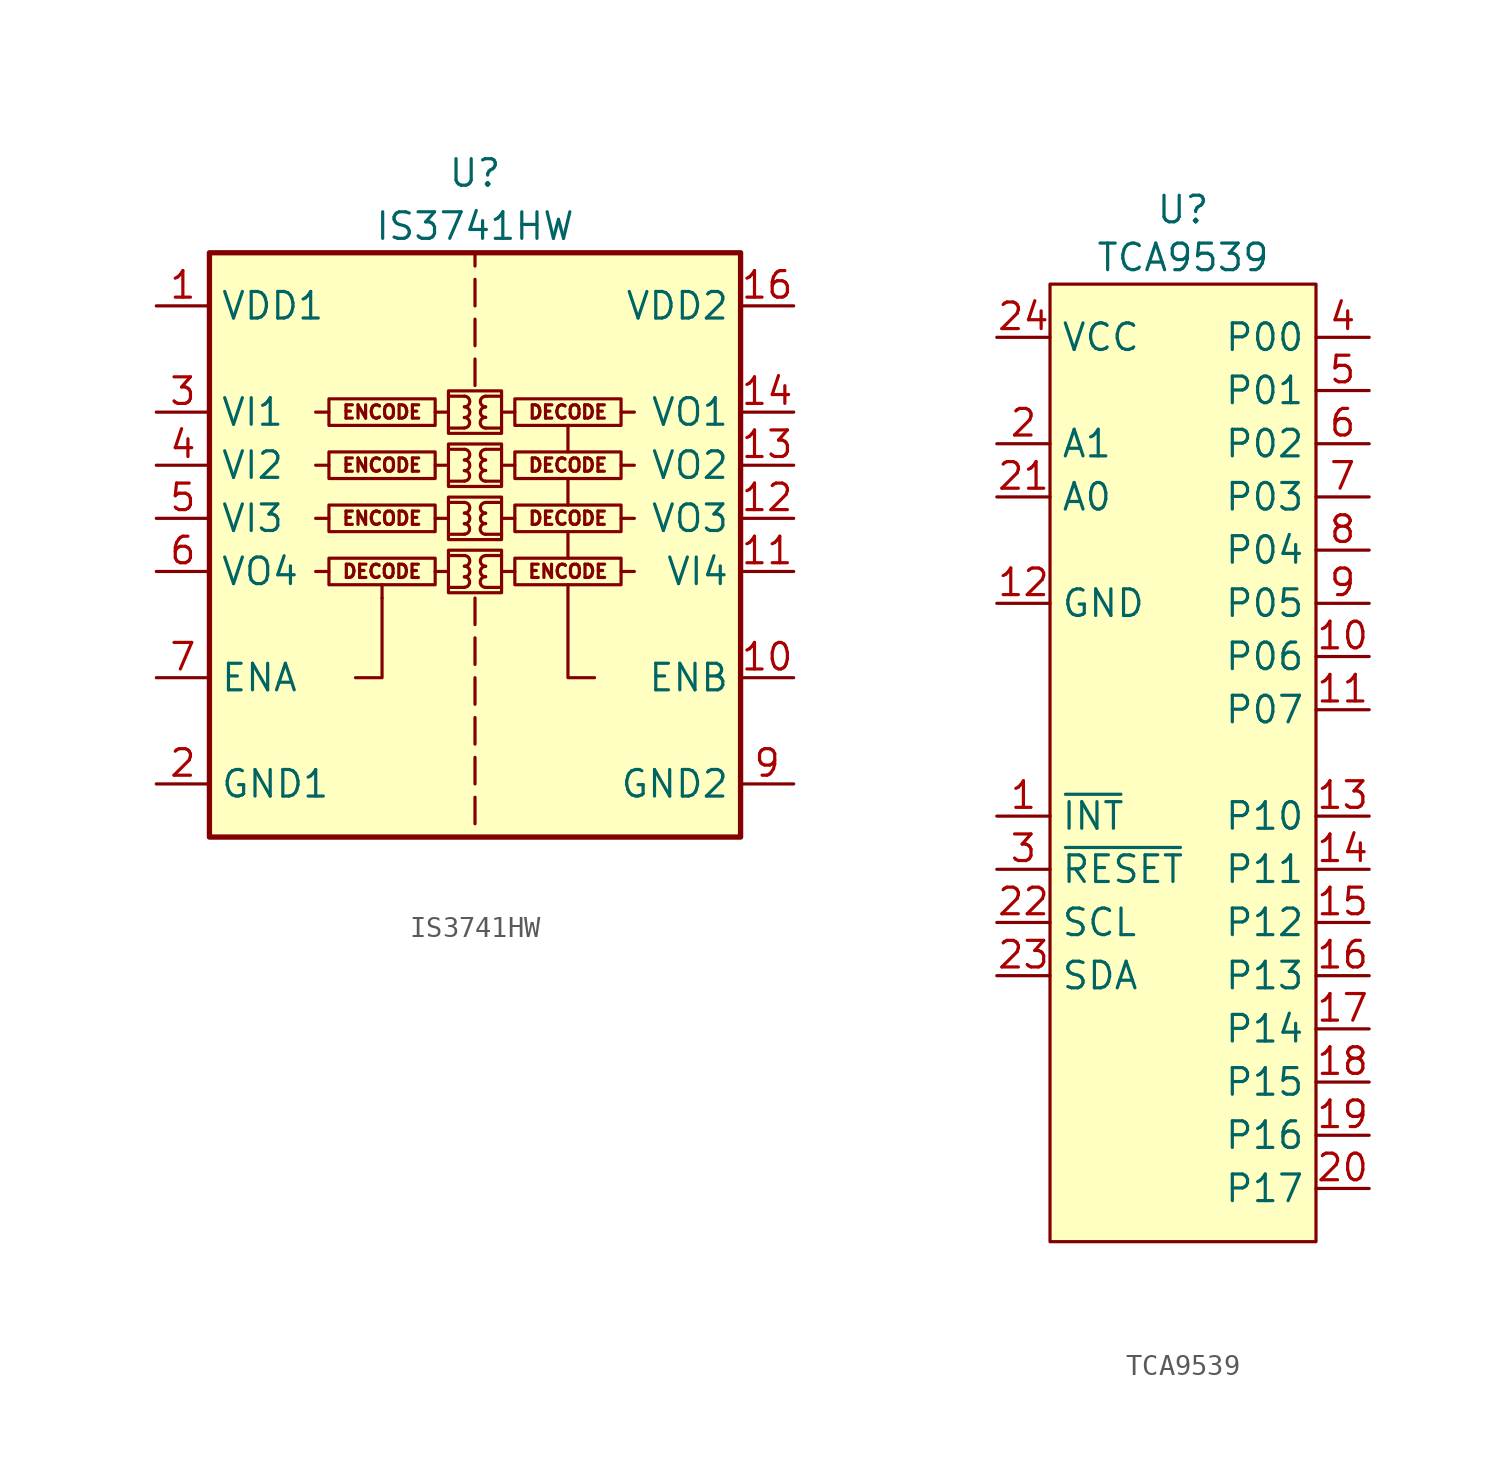
<source format=kicad_sym>
(kicad_symbol_lib
  (version 20231120)
  (generator "kicad_symbol_editor")
  (generator_version "8.0")
  (symbol "IS3741HW"
    (property "Reference" "U"
      (at 0 11.43 0)
      (effects (font (size 1.27 1.27))))
    (property "Value" "IS3741HW"
      (at 0 8.89 0)
      (effects (font (size 1.27 1.27))))
    (symbol "IS3741HW_0_0"
      (rectangle (start -1.905 -6.985) (end -6.985 -8.255) (stroke (width 0) (type default)) (fill (type none)))
      (rectangle (start -1.27 -6.604) (end 1.27 -8.636) (stroke (width 0) (type default)) (fill (type none)))
      (rectangle (start -1.27 -4.064) (end 1.27 -6.096) (stroke (width 0) (type default)) (fill (type none)))
      (rectangle (start -1.27 -1.524) (end 1.27 -3.556) (stroke (width 0) (type default)) (fill (type none)))
      (rectangle (start -1.27 1.016) (end 1.27 -1.016) (stroke (width 0) (type default)) (fill (type none)))
      (arc (start -0.508 -8.382) (mid -0.2551 -8.128) (end -0.508 -7.874) (stroke (width 0) (type default)) (fill (type none)))
      (arc (start -0.508 -7.874) (mid -0.2551 -7.62) (end -0.508 -7.366) (stroke (width 0) (type default)) (fill (type none)))
      (arc (start -0.508 -7.366) (mid -0.2551 -7.112) (end -0.508 -6.858) (stroke (width 0) (type default)) (fill (type none)))
      (arc (start -0.508 -5.842) (mid -0.2551 -5.588) (end -0.508 -5.334) (stroke (width 0) (type default)) (fill (type none)))
      (arc (start -0.508 -5.334) (mid -0.2551 -5.08) (end -0.508 -4.826) (stroke (width 0) (type default)) (fill (type none)))
      (arc (start -0.508 -4.826) (mid -0.2551 -4.572) (end -0.508 -4.318) (stroke (width 0) (type default)) (fill (type none)))
      (arc (start -0.508 -3.302) (mid -0.2551 -3.048) (end -0.508 -2.794) (stroke (width 0) (type default)) (fill (type none)))
      (arc (start -0.508 -2.794) (mid -0.2551 -2.54) (end -0.508 -2.286) (stroke (width 0) (type default)) (fill (type none)))
      (arc (start -0.508 -2.286) (mid -0.2551 -2.032) (end -0.508 -1.778) (stroke (width 0) (type default)) (fill (type none)))
      (arc (start -0.508 -0.762) (mid -0.2551 -0.508) (end -0.508 -0.254) (stroke (width 0) (type default)) (fill (type none)))
      (arc (start -0.508 -0.254) (mid -0.2551 0) (end -0.508 0.254) (stroke (width 0) (type default)) (fill (type none)))
      (arc (start -0.508 0.254) (mid -0.2551 0.508) (end -0.508 0.762) (stroke (width 0) (type default)) (fill (type none)))
      (polyline (pts (xy -6.985 -7.62) (xy -7.62 -7.62)) (stroke (width 0) (type default)) (fill (type none)))
      (polyline (pts (xy -6.985 -5.08) (xy -7.62 -5.08)) (stroke (width 0) (type default)) (fill (type none)))
      (polyline (pts (xy -6.985 -2.54) (xy -7.62 -2.54)) (stroke (width 0) (type default)) (fill (type none)))
      (polyline (pts (xy -6.985 0) (xy -7.62 0)) (stroke (width 0) (type default)) (fill (type none)))
      (polyline (pts (xy -4.445 -8.89) (xy -4.445 -8.255)) (stroke (width 0) (type default)) (fill (type none)))
      (polyline (pts (xy -1.905 -7.62) (xy -1.27 -7.62)) (stroke (width 0) (type default)) (fill (type none)))
      (polyline (pts (xy -1.905 -5.08) (xy -1.27 -5.08)) (stroke (width 0) (type default)) (fill (type none)))
      (polyline (pts (xy -1.905 -2.54) (xy -1.27 -2.54)) (stroke (width 0) (type default)) (fill (type none)))
      (polyline (pts (xy -1.905 0) (xy -1.27 0)) (stroke (width 0) (type default)) (fill (type none)))
      (polyline (pts (xy -1.27 -8.382) (xy -0.508 -8.382)) (stroke (width 0) (type default)) (fill (type none)))
      (polyline (pts (xy -1.27 -6.858) (xy -0.508 -6.858)) (stroke (width 0) (type default)) (fill (type none)))
      (polyline (pts (xy -1.27 -5.842) (xy -0.508 -5.842)) (stroke (width 0) (type default)) (fill (type none)))
      (polyline (pts (xy -1.27 -4.318) (xy -0.508 -4.318)) (stroke (width 0) (type default)) (fill (type none)))
      (polyline (pts (xy -1.27 -3.302) (xy -0.508 -3.302)) (stroke (width 0) (type default)) (fill (type none)))
      (polyline (pts (xy -1.27 -1.778) (xy -0.508 -1.778)) (stroke (width 0) (type default)) (fill (type none)))
      (polyline (pts (xy -1.27 -0.762) (xy -0.508 -0.762)) (stroke (width 0) (type default)) (fill (type none)))
      (polyline (pts (xy -1.27 0.762) (xy -0.508 0.762)) (stroke (width 0) (type default)) (fill (type none)))
      (polyline (pts (xy 0 -18.415) (xy 0 -19.685)) (stroke (width 0) (type default)) (fill (type none)))
      (polyline (pts (xy 0 -16.51) (xy 0 -17.78)) (stroke (width 0) (type default)) (fill (type none)))
      (polyline (pts (xy 0 -14.605) (xy 0 -15.875)) (stroke (width 0) (type default)) (fill (type none)))
      (polyline (pts (xy 0 -12.7) (xy 0 -13.97)) (stroke (width 0) (type default)) (fill (type none)))
      (polyline (pts (xy 0 -10.795) (xy 0 -12.065)) (stroke (width 0) (type default)) (fill (type none)))
      (polyline (pts (xy 0 -8.89) (xy 0 -10.16)) (stroke (width 0) (type default)) (fill (type none)))
      (polyline (pts (xy 0 1.27) (xy 0 2.54)) (stroke (width 0) (type default)) (fill (type none)))
      (polyline (pts (xy 0 3.175) (xy 0 4.445)) (stroke (width 0) (type default)) (fill (type none)))
      (polyline (pts (xy 0 5.08) (xy 0 6.35)) (stroke (width 0) (type default)) (fill (type none)))
      (polyline (pts (xy 0 7.62) (xy 0 6.985)) (stroke (width 0) (type default)) (fill (type none)))
      (polyline (pts (xy 1.27 -8.382) (xy 0.508 -8.382)) (stroke (width 0) (type default)) (fill (type none)))
      (polyline (pts (xy 1.27 -6.858) (xy 0.508 -6.858)) (stroke (width 0) (type default)) (fill (type none)))
      (polyline (pts (xy 1.27 -5.842) (xy 0.508 -5.842)) (stroke (width 0) (type default)) (fill (type none)))
      (polyline (pts (xy 1.27 -4.318) (xy 0.508 -4.318)) (stroke (width 0) (type default)) (fill (type none)))
      (polyline (pts (xy 1.27 -3.302) (xy 0.508 -3.302)) (stroke (width 0) (type default)) (fill (type none)))
      (polyline (pts (xy 1.27 -1.778) (xy 0.508 -1.778)) (stroke (width 0) (type default)) (fill (type none)))
      (polyline (pts (xy 1.27 -0.762) (xy 0.508 -0.762)) (stroke (width 0) (type default)) (fill (type none)))
      (polyline (pts (xy 1.27 0.762) (xy 0.508 0.762)) (stroke (width 0) (type default)) (fill (type none)))
      (polyline (pts (xy 1.905 -7.62) (xy 1.27 -7.62)) (stroke (width 0) (type default)) (fill (type none)))
      (polyline (pts (xy 1.905 -5.08) (xy 1.27 -5.08)) (stroke (width 0) (type default)) (fill (type none)))
      (polyline (pts (xy 1.905 -2.54) (xy 1.27 -2.54)) (stroke (width 0) (type default)) (fill (type none)))
      (polyline (pts (xy 1.905 0) (xy 1.27 0)) (stroke (width 0) (type default)) (fill (type none)))
      (polyline (pts (xy 4.445 -6.985) (xy 4.445 -5.715)) (stroke (width 0) (type default)) (fill (type none)))
      (polyline (pts (xy 4.445 -4.445) (xy 4.445 -3.175)) (stroke (width 0) (type default)) (fill (type none)))
      (polyline (pts (xy 4.445 -1.905) (xy 4.445 -0.635)) (stroke (width 0) (type default)) (fill (type none)))
      (polyline (pts (xy 6.985 -7.62) (xy 7.62 -7.62)) (stroke (width 0) (type default)) (fill (type none)))
      (polyline (pts (xy 6.985 -5.08) (xy 7.62 -5.08)) (stroke (width 0) (type default)) (fill (type none)))
      (polyline (pts (xy 6.985 -2.54) (xy 7.62 -2.54)) (stroke (width 0) (type default)) (fill (type none)))
      (polyline (pts (xy 6.985 0) (xy 7.62 0)) (stroke (width 0) (type default)) (fill (type none)))
      (polyline (pts (xy -4.445 -8.89) (xy -4.445 -12.7) (xy -5.715 -12.7)) (stroke (width 0) (type default)) (fill (type none)))
      (polyline (pts (xy 5.715 -12.7) (xy 4.445 -12.7) (xy 4.445 -8.255)) (stroke (width 0) (type default)) (fill (type none)))
      (arc (start 0.508 -7.874) (mid 0.255 -8.128) (end 0.508 -8.382) (stroke (width 0) (type default)) (fill (type none)))
      (arc (start 0.508 -7.366) (mid 0.255 -7.62) (end 0.508 -7.874) (stroke (width 0) (type default)) (fill (type none)))
      (arc (start 0.508 -6.858) (mid 0.255 -7.112) (end 0.508 -7.366) (stroke (width 0) (type default)) (fill (type none)))
      (arc (start 0.508 -5.334) (mid 0.255 -5.588) (end 0.508 -5.842) (stroke (width 0) (type default)) (fill (type none)))
      (arc (start 0.508 -4.826) (mid 0.255 -5.08) (end 0.508 -5.334) (stroke (width 0) (type default)) (fill (type none)))
      (arc (start 0.508 -4.318) (mid 0.255 -4.572) (end 0.508 -4.826) (stroke (width 0) (type default)) (fill (type none)))
      (arc (start 0.508 -2.794) (mid 0.255 -3.048) (end 0.508 -3.302) (stroke (width 0) (type default)) (fill (type none)))
      (arc (start 0.508 -2.286) (mid 0.255 -2.54) (end 0.508 -2.794) (stroke (width 0) (type default)) (fill (type none)))
      (arc (start 0.508 -1.778) (mid 0.255 -2.032) (end 0.508 -2.286) (stroke (width 0) (type default)) (fill (type none)))
      (arc (start 0.508 -0.254) (mid 0.255 -0.508) (end 0.508 -0.762) (stroke (width 0) (type default)) (fill (type none)))
      (arc (start 0.508 0.254) (mid 0.255 0) (end 0.508 -0.254) (stroke (width 0) (type default)) (fill (type none)))
      (arc (start 0.508 0.762) (mid 0.255 0.508) (end 0.508 0.254) (stroke (width 0) (type default)) (fill (type none)))
      (rectangle (start 1.905 -6.985) (end 6.985 -8.255) (stroke (width 0) (type default)) (fill (type none)))
      (rectangle (start 1.905 -4.445) (end 6.985 -5.715) (stroke (width 0) (type default)) (fill (type none)))
      (rectangle (start 1.905 -1.905) (end 6.985 -3.175) (stroke (width 0) (type default)) (fill (type none)))
      (rectangle (start 1.905 0.635) (end 6.985 -0.635) (stroke (width 0) (type default)) (fill (type none)))
      (text "DECODE" (at -4.445 -7.62 0) (effects (font (size 0.635 0.635))))
      (text "DECODE" (at 4.445 -5.08 0) (effects (font (size 0.635 0.635))))
      (text "DECODE" (at 4.445 -2.54 0) (effects (font (size 0.635 0.635))))
      (text "DECODE" (at 4.445 0 0) (effects (font (size 0.635 0.635))))
      (text "ENCODE" (at -4.445 -5.08 0) (effects (font (size 0.635 0.635))))
      (text "ENCODE" (at -4.445 -2.54 0) (effects (font (size 0.635 0.635))))
      (text "ENCODE" (at -4.445 0 0) (effects (font (size 0.635 0.635))))
      (text "ENCODE" (at 4.445 -7.62 0) (effects (font (size 0.635 0.635)))))
    (symbol "IS3741HW_0_1"
      (rectangle (start -12.7 7.62) (end 12.7 -20.32) (stroke (width 0.254) (type default)) (fill (type background)))
      (rectangle (start -1.905 -4.445) (end -6.985 -5.715) (stroke (width 0) (type default)) (fill (type none)))
      (rectangle (start -1.905 -1.905) (end -6.985 -3.175) (stroke (width 0) (type default)) (fill (type none)))
      (rectangle (start -1.905 0.635) (end -6.985 -0.635) (stroke (width 0) (type default)) (fill (type none))))
    (symbol "IS3741HW_1_1"
      (pin power_in line (at -15.24 5.08 0) (length 2.54) (name "VDD1" (effects (font (size 1.27 1.27)))) (number "1" (effects (font (size 1.27 1.27)))))
      (pin input line (at 15.24 -12.7 180) (length 2.54) (name "ENB" (effects (font (size 1.27 1.27)))) (number "10" (effects (font (size 1.27 1.27)))))
      (pin input line (at 15.24 -7.62 180) (length 2.54) (name "VI4" (effects (font (size 1.27 1.27)))) (number "11" (effects (font (size 1.27 1.27)))))
      (pin output line (at 15.24 -5.08 180) (length 2.54) (name "VO3" (effects (font (size 1.27 1.27)))) (number "12" (effects (font (size 1.27 1.27)))))
      (pin output line (at 15.24 -2.54 180) (length 2.54) (name "VO2" (effects (font (size 1.27 1.27)))) (number "13" (effects (font (size 1.27 1.27)))))
      (pin output line (at 15.24 0 180) (length 2.54) (name "VO1" (effects (font (size 1.27 1.27)))) (number "14" (effects (font (size 1.27 1.27)))))
      (pin passive line (at 15.24 -17.78 180) (length 2.54) hide (name "GND2" (effects (font (size 1.27 1.27)))) (number "15" (effects (font (size 1.27 1.27)))))
      (pin power_in line (at 15.24 5.08 180) (length 2.54) (name "VDD2" (effects (font (size 1.27 1.27)))) (number "16" (effects (font (size 1.27 1.27)))))
      (pin power_in line (at -15.24 -17.78 0) (length 2.54) (name "GND1" (effects (font (size 1.27 1.27)))) (number "2" (effects (font (size 1.27 1.27)))))
      (pin input line (at -15.24 0 0) (length 2.54) (name "VI1" (effects (font (size 1.27 1.27)))) (number "3" (effects (font (size 1.27 1.27)))))
      (pin input line (at -15.24 -2.54 0) (length 2.54) (name "VI2" (effects (font (size 1.27 1.27)))) (number "4" (effects (font (size 1.27 1.27)))))
      (pin input line (at -15.24 -5.08 0) (length 2.54) (name "VI3" (effects (font (size 1.27 1.27)))) (number "5" (effects (font (size 1.27 1.27)))))
      (pin output line (at -15.24 -7.62 0) (length 2.54) (name "VO4" (effects (font (size 1.27 1.27)))) (number "6" (effects (font (size 1.27 1.27)))))
      (pin input line (at -15.24 -12.7 0) (length 2.54) (name "ENA" (effects (font (size 1.27 1.27)))) (number "7" (effects (font (size 1.27 1.27)))))
      (pin passive line (at -15.24 -17.78 0) (length 2.54) hide (name "GND1" (effects (font (size 1.27 1.27)))) (number "8" (effects (font (size 1.27 1.27)))))
      (pin power_in line (at 15.24 -17.78 180) (length 2.54) (name "GND2" (effects (font (size 1.27 1.27)))) (number "9" (effects (font (size 1.27 1.27)))))))
  (symbol "TCA9539"
    (property "Reference" "U"
      (at 0 26.416 0)
      (effects (font (size 1.27 1.27))))
    (property "Value" "TCA9539"
      (at 0 24.13 0)
      (effects (font (size 1.27 1.27))))
    (symbol "TCA9539_1_1"
      (rectangle (start -6.35 22.86) (end 6.35 -22.86) (stroke (width 0) (type default)) (fill (type background)))
      (pin bidirectional line (at -8.89 -2.54 0) (length 2.54) (name "~{INT}" (effects (font (size 1.27 1.27)))) (number "1" (effects (font (size 1.27 1.27)))))
      (pin bidirectional line (at 8.89 5.08 180) (length 2.54) (name "P06" (effects (font (size 1.27 1.27)))) (number "10" (effects (font (size 1.27 1.27)))))
      (pin bidirectional line (at 8.89 2.54 180) (length 2.54) (name "P07" (effects (font (size 1.27 1.27)))) (number "11" (effects (font (size 1.27 1.27)))))
      (pin bidirectional line (at -8.89 7.62 0) (length 2.54) (name "GND" (effects (font (size 1.27 1.27)))) (number "12" (effects (font (size 1.27 1.27)))))
      (pin bidirectional line (at 8.89 -2.54 180) (length 2.54) (name "P10" (effects (font (size 1.27 1.27)))) (number "13" (effects (font (size 1.27 1.27)))))
      (pin bidirectional line (at 8.89 -5.08 180) (length 2.54) (name "P11" (effects (font (size 1.27 1.27)))) (number "14" (effects (font (size 1.27 1.27)))))
      (pin bidirectional line (at 8.89 -7.62 180) (length 2.54) (name "P12" (effects (font (size 1.27 1.27)))) (number "15" (effects (font (size 1.27 1.27)))))
      (pin bidirectional line (at 8.89 -10.16 180) (length 2.54) (name "P13" (effects (font (size 1.27 1.27)))) (number "16" (effects (font (size 1.27 1.27)))))
      (pin bidirectional line (at 8.89 -12.7 180) (length 2.54) (name "P14" (effects (font (size 1.27 1.27)))) (number "17" (effects (font (size 1.27 1.27)))))
      (pin bidirectional line (at 8.89 -15.24 180) (length 2.54) (name "P15" (effects (font (size 1.27 1.27)))) (number "18" (effects (font (size 1.27 1.27)))))
      (pin bidirectional line (at 8.89 -17.78 180) (length 2.54) (name "P16" (effects (font (size 1.27 1.27)))) (number "19" (effects (font (size 1.27 1.27)))))
      (pin bidirectional line (at -8.89 15.24 0) (length 2.54) (name "A1" (effects (font (size 1.27 1.27)))) (number "2" (effects (font (size 1.27 1.27)))))
      (pin bidirectional line (at 8.89 -20.32 180) (length 2.54) (name "P17" (effects (font (size 1.27 1.27)))) (number "20" (effects (font (size 1.27 1.27)))))
      (pin bidirectional line (at -8.89 12.7 0) (length 2.54) (name "A0" (effects (font (size 1.27 1.27)))) (number "21" (effects (font (size 1.27 1.27)))))
      (pin bidirectional line (at -8.89 -7.62 0) (length 2.54) (name "SCL" (effects (font (size 1.27 1.27)))) (number "22" (effects (font (size 1.27 1.27)))))
      (pin bidirectional line (at -8.89 -10.16 0) (length 2.54) (name "SDA" (effects (font (size 1.27 1.27)))) (number "23" (effects (font (size 1.27 1.27)))))
      (pin bidirectional line (at -8.89 20.32 0) (length 2.54) (name "VCC" (effects (font (size 1.27 1.27)))) (number "24" (effects (font (size 1.27 1.27)))))
      (pin bidirectional line (at -8.89 -5.08 0) (length 2.54) (name "~{RESET}" (effects (font (size 1.27 1.27)))) (number "3" (effects (font (size 1.27 1.27)))))
      (pin bidirectional line (at 8.89 20.32 180) (length 2.54) (name "P00" (effects (font (size 1.27 1.27)))) (number "4" (effects (font (size 1.27 1.27)))))
      (pin bidirectional line (at 8.89 17.78 180) (length 2.54) (name "P01" (effects (font (size 1.27 1.27)))) (number "5" (effects (font (size 1.27 1.27)))))
      (pin bidirectional line (at 8.89 15.24 180) (length 2.54) (name "P02" (effects (font (size 1.27 1.27)))) (number "6" (effects (font (size 1.27 1.27)))))
      (pin bidirectional line (at 8.89 12.7 180) (length 2.54) (name "P03" (effects (font (size 1.27 1.27)))) (number "7" (effects (font (size 1.27 1.27)))))
      (pin bidirectional line (at 8.89 10.16 180) (length 2.54) (name "P04" (effects (font (size 1.27 1.27)))) (number "8" (effects (font (size 1.27 1.27)))))
      (pin bidirectional line (at 8.89 7.62 180) (length 2.54) (name "P05" (effects (font (size 1.27 1.27)))) (number "9" (effects (font (size 1.27 1.27))))))))
</source>
